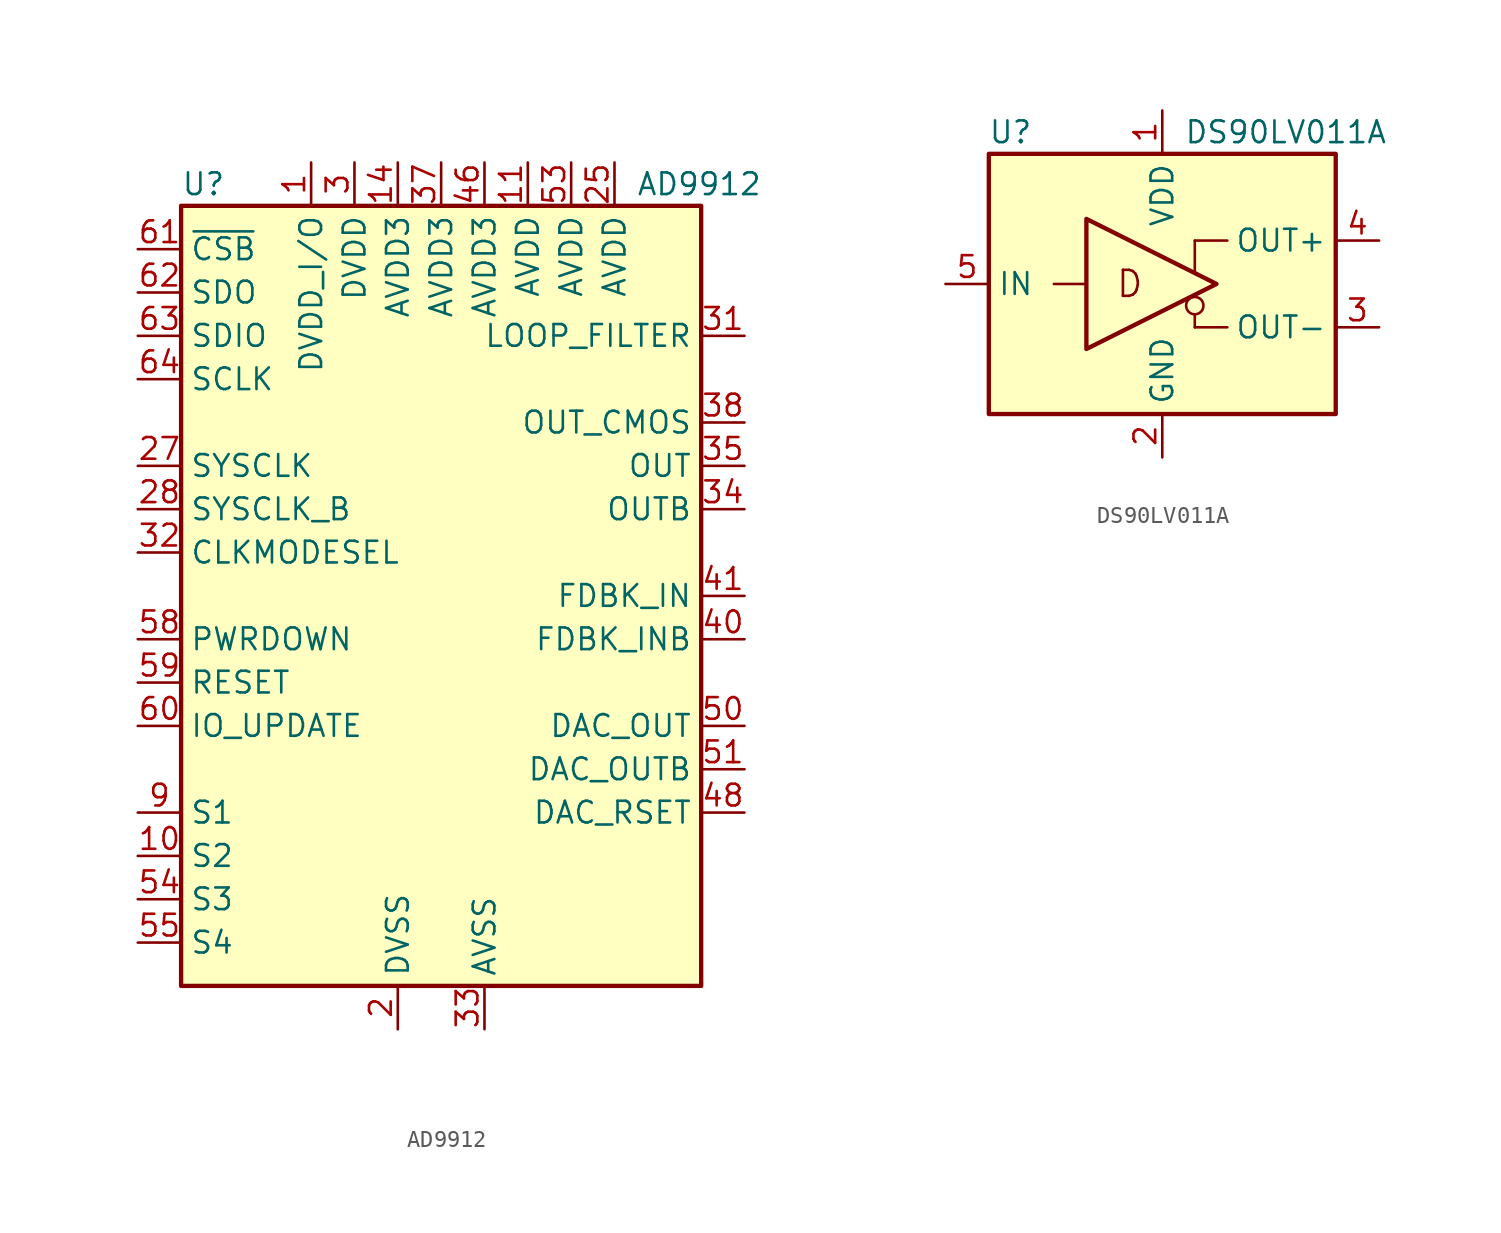
<source format=kicad_sym>
(kicad_symbol_lib
  (version 20201005)
  (generator kicad_symbol_editor)
  (symbol "AD9912"
    (property "Reference" "U"
      (at -15.24 24.13 0)
      (effects (font (size 1.27 1.27)) (justify left)))
    (property "Value" "AD9912"
      (at 11.43 24.13 0)
      (effects (font (size 1.27 1.27)) (justify left)))
    (symbol "AD9912_0_1"
      (rectangle (start -15.24 22.86) (end 15.24 -22.86) (stroke (width 0.254)) (fill (type background))))
    (symbol "AD9912_1_1"
      (pin power_in line (at -7.62 25.4 270) (length 2.54) (name "DVDD_I/O" (effects (font (size 1.27 1.27)))) (number "1" (effects (font (size 1.27 1.27)))))
      (pin tri_state line (at -17.78 -15.24 0) (length 2.54) (name "S2" (effects (font (size 1.27 1.27)))) (number "10" (effects (font (size 1.27 1.27)))))
      (pin power_in line (at 5.08 25.4 270) (length 2.54) (name "AVDD" (effects (font (size 1.27 1.27)))) (number "11" (effects (font (size 1.27 1.27)))))
      (pin no_connect line (at 7.62 -22.86 90) (length 2.54) hide (name "NC" (effects (font (size 1.27 1.27)))) (number "12" (effects (font (size 1.27 1.27)))))
      (pin no_connect line (at 10.16 -22.86 90) (length 2.54) hide (name "NC" (effects (font (size 1.27 1.27)))) (number "13" (effects (font (size 1.27 1.27)))))
      (pin power_in line (at -2.54 25.4 270) (length 2.54) (name "AVDD3" (effects (font (size 1.27 1.27)))) (number "14" (effects (font (size 1.27 1.27)))))
      (pin no_connect line (at 12.7 -22.86 90) (length 2.54) hide (name "NC" (effects (font (size 1.27 1.27)))) (number "15" (effects (font (size 1.27 1.27)))))
      (pin no_connect line (at 5.08 -22.86 90) (length 2.54) hide (name "NC" (effects (font (size 1.27 1.27)))) (number "16" (effects (font (size 1.27 1.27)))))
      (pin no_connect line (at 0 -22.86 90) (length 2.54) hide (name "NC" (effects (font (size 1.27 1.27)))) (number "17" (effects (font (size 1.27 1.27)))))
      (pin no_connect line (at -12.7 -22.86 90) (length 2.54) hide (name "NC" (effects (font (size 1.27 1.27)))) (number "18" (effects (font (size 1.27 1.27)))))
      (pin passive line (at 5.08 25.4 270) (length 2.54) hide (name "AVDD" (effects (font (size 1.27 1.27)))) (number "19" (effects (font (size 1.27 1.27)))))
      (pin power_in line (at -2.54 -25.4 90) (length 2.54) (name "DVSS" (effects (font (size 1.27 1.27)))) (number "2" (effects (font (size 1.27 1.27)))))
      (pin no_connect line (at -5.08 -22.86 90) (length 2.54) hide (name "NC" (effects (font (size 1.27 1.27)))) (number "20" (effects (font (size 1.27 1.27)))))
      (pin no_connect line (at -7.62 -22.86 90) (length 2.54) hide (name "NC" (effects (font (size 1.27 1.27)))) (number "21" (effects (font (size 1.27 1.27)))))
      (pin no_connect line (at -10.16 -22.86 90) (length 2.54) hide (name "NC" (effects (font (size 1.27 1.27)))) (number "22" (effects (font (size 1.27 1.27)))))
      (pin passive line (at 5.08 25.4 270) (length 2.54) hide (name "AVDD" (effects (font (size 1.27 1.27)))) (number "23" (effects (font (size 1.27 1.27)))))
      (pin passive line (at 5.08 25.4 270) (length 2.54) hide (name "AVDD" (effects (font (size 1.27 1.27)))) (number "24" (effects (font (size 1.27 1.27)))))
      (pin power_in line (at 10.16 25.4 270) (length 2.54) (name "AVDD" (effects (font (size 1.27 1.27)))) (number "25" (effects (font (size 1.27 1.27)))))
      (pin passive line (at 10.16 25.4 270) (length 2.54) hide (name "AVDD" (effects (font (size 1.27 1.27)))) (number "26" (effects (font (size 1.27 1.27)))))
      (pin input line (at -17.78 7.62 0) (length 2.54) (name "SYSCLK" (effects (font (size 1.27 1.27)))) (number "27" (effects (font (size 1.27 1.27)))))
      (pin input line (at -17.78 5.08 0) (length 2.54) (name "SYSCLK_B" (effects (font (size 1.27 1.27)))) (number "28" (effects (font (size 1.27 1.27)))))
      (pin passive line (at 10.16 25.4 270) (length 2.54) hide (name "AVDD" (effects (font (size 1.27 1.27)))) (number "29" (effects (font (size 1.27 1.27)))))
      (pin power_in line (at -5.08 25.4 270) (length 2.54) (name "DVDD" (effects (font (size 1.27 1.27)))) (number "3" (effects (font (size 1.27 1.27)))))
      (pin passive line (at 10.16 25.4 270) (length 2.54) hide (name "AVDD" (effects (font (size 1.27 1.27)))) (number "30" (effects (font (size 1.27 1.27)))))
      (pin passive line (at 17.78 15.24 180) (length 2.54) (name "LOOP_FILTER" (effects (font (size 1.27 1.27)))) (number "31" (effects (font (size 1.27 1.27)))))
      (pin input line (at -17.78 2.54 0) (length 2.54) (name "CLKMODESEL" (effects (font (size 1.27 1.27)))) (number "32" (effects (font (size 1.27 1.27)))))
      (pin power_in line (at 2.54 -25.4 90) (length 2.54) (name "AVSS" (effects (font (size 1.27 1.27)))) (number "33" (effects (font (size 1.27 1.27)))))
      (pin output line (at 17.78 5.08 180) (length 2.54) (name "OUTB" (effects (font (size 1.27 1.27)))) (number "34" (effects (font (size 1.27 1.27)))))
      (pin output line (at 17.78 7.62 180) (length 2.54) (name "OUT" (effects (font (size 1.27 1.27)))) (number "35" (effects (font (size 1.27 1.27)))))
      (pin passive line (at 5.08 25.4 270) (length 2.54) hide (name "AVDD" (effects (font (size 1.27 1.27)))) (number "36" (effects (font (size 1.27 1.27)))))
      (pin power_in line (at 0 25.4 270) (length 2.54) (name "AVDD3" (effects (font (size 1.27 1.27)))) (number "37" (effects (font (size 1.27 1.27)))))
      (pin output line (at 17.78 10.16 180) (length 2.54) (name "OUT_CMOS" (effects (font (size 1.27 1.27)))) (number "38" (effects (font (size 1.27 1.27)))))
      (pin passive line (at 2.54 -25.4 90) (length 2.54) hide (name "AVSS" (effects (font (size 1.27 1.27)))) (number "39" (effects (font (size 1.27 1.27)))))
      (pin passive line (at -2.54 -25.4 90) (length 2.54) hide (name "DVSS" (effects (font (size 1.27 1.27)))) (number "4" (effects (font (size 1.27 1.27)))))
      (pin input line (at 17.78 -2.54 180) (length 2.54) (name "FDBK_INB" (effects (font (size 1.27 1.27)))) (number "40" (effects (font (size 1.27 1.27)))))
      (pin input line (at 17.78 0 180) (length 2.54) (name "FDBK_IN" (effects (font (size 1.27 1.27)))) (number "41" (effects (font (size 1.27 1.27)))))
      (pin passive line (at 5.08 25.4 270) (length 2.54) hide (name "AVDD" (effects (font (size 1.27 1.27)))) (number "42" (effects (font (size 1.27 1.27)))))
      (pin passive line (at 2.54 -25.4 90) (length 2.54) hide (name "AVSS" (effects (font (size 1.27 1.27)))) (number "43" (effects (font (size 1.27 1.27)))))
      (pin passive line (at 5.08 25.4 270) (length 2.54) hide (name "AVDD" (effects (font (size 1.27 1.27)))) (number "44" (effects (font (size 1.27 1.27)))))
      (pin passive line (at 5.08 25.4 270) (length 2.54) hide (name "AVDD" (effects (font (size 1.27 1.27)))) (number "45" (effects (font (size 1.27 1.27)))))
      (pin power_in line (at 2.54 25.4 270) (length 2.54) (name "AVDD3" (effects (font (size 1.27 1.27)))) (number "46" (effects (font (size 1.27 1.27)))))
      (pin passive line (at 2.54 25.4 270) (length 2.54) hide (name "AVDD3" (effects (font (size 1.27 1.27)))) (number "47" (effects (font (size 1.27 1.27)))))
      (pin passive line (at 17.78 -12.7 180) (length 2.54) (name "DAC_RSET" (effects (font (size 1.27 1.27)))) (number "48" (effects (font (size 1.27 1.27)))))
      (pin passive line (at 2.54 25.4 270) (length 2.54) hide (name "AVDD3" (effects (font (size 1.27 1.27)))) (number "49" (effects (font (size 1.27 1.27)))))
      (pin passive line (at -5.08 25.4 270) (length 2.54) hide (name "DVDD" (effects (font (size 1.27 1.27)))) (number "5" (effects (font (size 1.27 1.27)))))
      (pin output line (at 17.78 -7.62 180) (length 2.54) (name "DAC_OUT" (effects (font (size 1.27 1.27)))) (number "50" (effects (font (size 1.27 1.27)))))
      (pin output line (at 17.78 -10.16 180) (length 2.54) (name "DAC_OUTB" (effects (font (size 1.27 1.27)))) (number "51" (effects (font (size 1.27 1.27)))))
      (pin passive line (at 2.54 -25.4 90) (length 2.54) hide (name "AVSS" (effects (font (size 1.27 1.27)))) (number "52" (effects (font (size 1.27 1.27)))))
      (pin power_in line (at 7.62 25.4 270) (length 2.54) (name "AVDD" (effects (font (size 1.27 1.27)))) (number "53" (effects (font (size 1.27 1.27)))))
      (pin tri_state line (at -17.78 -17.78 0) (length 2.54) (name "S3" (effects (font (size 1.27 1.27)))) (number "54" (effects (font (size 1.27 1.27)))))
      (pin tri_state line (at -17.78 -20.32 0) (length 2.54) (name "S4" (effects (font (size 1.27 1.27)))) (number "55" (effects (font (size 1.27 1.27)))))
      (pin passive line (at -2.54 -25.4 90) (length 2.54) hide (name "DVSS" (effects (font (size 1.27 1.27)))) (number "56" (effects (font (size 1.27 1.27)))))
      (pin passive line (at -2.54 -25.4 90) (length 2.54) hide (name "DVSS" (effects (font (size 1.27 1.27)))) (number "57" (effects (font (size 1.27 1.27)))))
      (pin input line (at -17.78 -2.54 0) (length 2.54) (name "PWRDOWN" (effects (font (size 1.27 1.27)))) (number "58" (effects (font (size 1.27 1.27)))))
      (pin input line (at -17.78 -5.08 0) (length 2.54) (name "RESET" (effects (font (size 1.27 1.27)))) (number "59" (effects (font (size 1.27 1.27)))))
      (pin passive line (at -2.54 -25.4 90) (length 2.54) hide (name "DVSS" (effects (font (size 1.27 1.27)))) (number "6" (effects (font (size 1.27 1.27)))))
      (pin input line (at -17.78 -7.62 0) (length 2.54) (name "IO_UPDATE" (effects (font (size 1.27 1.27)))) (number "60" (effects (font (size 1.27 1.27)))))
      (pin input line (at -17.78 20.32 0) (length 2.54) (name "~CSB" (effects (font (size 1.27 1.27)))) (number "61" (effects (font (size 1.27 1.27)))))
      (pin output line (at -17.78 17.78 0) (length 2.54) (name "SDO" (effects (font (size 1.27 1.27)))) (number "62" (effects (font (size 1.27 1.27)))))
      (pin bidirectional line (at -17.78 15.24 0) (length 2.54) (name "SDIO" (effects (font (size 1.27 1.27)))) (number "63" (effects (font (size 1.27 1.27)))))
      (pin input line (at -17.78 12.7 0) (length 2.54) (name "SCLK" (effects (font (size 1.27 1.27)))) (number "64" (effects (font (size 1.27 1.27)))))
      (pin passive line (at 2.54 -25.4 90) (length 2.54) hide (name "AVSS" (effects (font (size 1.27 1.27)))) (number "65" (effects (font (size 1.27 1.27)))))
      (pin passive line (at -5.08 25.4 270) (length 2.54) hide (name "DVDD" (effects (font (size 1.27 1.27)))) (number "7" (effects (font (size 1.27 1.27)))))
      (pin passive line (at -2.54 -25.4 90) (length 2.54) hide (name "DVSS" (effects (font (size 1.27 1.27)))) (number "8" (effects (font (size 1.27 1.27)))))
      (pin tri_state line (at -17.78 -12.7 0) (length 2.54) (name "S1" (effects (font (size 1.27 1.27)))) (number "9" (effects (font (size 1.27 1.27)))))))
  (symbol "DS90LV011A"
    (property "Reference" "U"
      (at -8.89 8.89 0)
      (effects (font (size 1.27 1.27))))
    (property "Value" "DS90LV011A"
      (at 1.27 8.89 0)
      (effects (font (size 1.27 1.27)) (justify left)))
    (symbol "DS90LV011A_1_0"
      (circle (center 1.905 -1.27) (radius 0.508) (stroke (width 0)) (fill (type none)))
      (text "D" (at -1.905 0 0) (effects (font (size 1.524 1.524))))
      (rectangle (start -10.16 7.62) (end 10.16 -7.62) (stroke (width 0.254)) (fill (type background)))
      (polyline (pts (xy 1.905 -1.778) (xy 1.905 -2.54)) (stroke (width 0)) (fill (type none)))
      (polyline (pts (xy 1.905 0.635) (xy 1.905 2.54)) (stroke (width 0)) (fill (type none))))
    (symbol "DS90LV011A_1_1"
      (polyline (pts (xy -6.35 0) (xy -4.445 0)) (stroke (width 0)) (fill (type none)))
      (polyline (pts (xy 1.905 -2.54) (xy 3.81 -2.54)) (stroke (width 0)) (fill (type none)))
      (polyline (pts (xy 3.81 2.54) (xy 1.905 2.54)) (stroke (width 0)) (fill (type none)))
      (polyline (pts (xy -4.445 -3.81) (xy -4.445 3.81) (xy 3.175 0) (xy -4.445 -3.81)) (stroke (width 0.254)) (fill (type none)))
      (pin power_in line (at 0 10.16 270) (length 2.54) (name "VDD" (effects (font (size 1.27 1.27)))) (number "1" (effects (font (size 1.27 1.27)))))
      (pin power_in line (at 0 -10.16 90) (length 2.54) (name "GND" (effects (font (size 1.27 1.27)))) (number "2" (effects (font (size 1.27 1.27)))))
      (pin output line (at 12.7 -2.54 180) (length 2.54) (name "OUT-" (effects (font (size 1.27 1.27)))) (number "3" (effects (font (size 1.27 1.27)))))
      (pin output line (at 12.7 2.54 180) (length 2.54) (name "OUT+" (effects (font (size 1.27 1.27)))) (number "4" (effects (font (size 1.27 1.27)))))
      (pin input line (at -12.7 0 0) (length 2.54) (name "IN" (effects (font (size 1.27 1.27)))) (number "5" (effects (font (size 1.27 1.27))))))))
</source>
